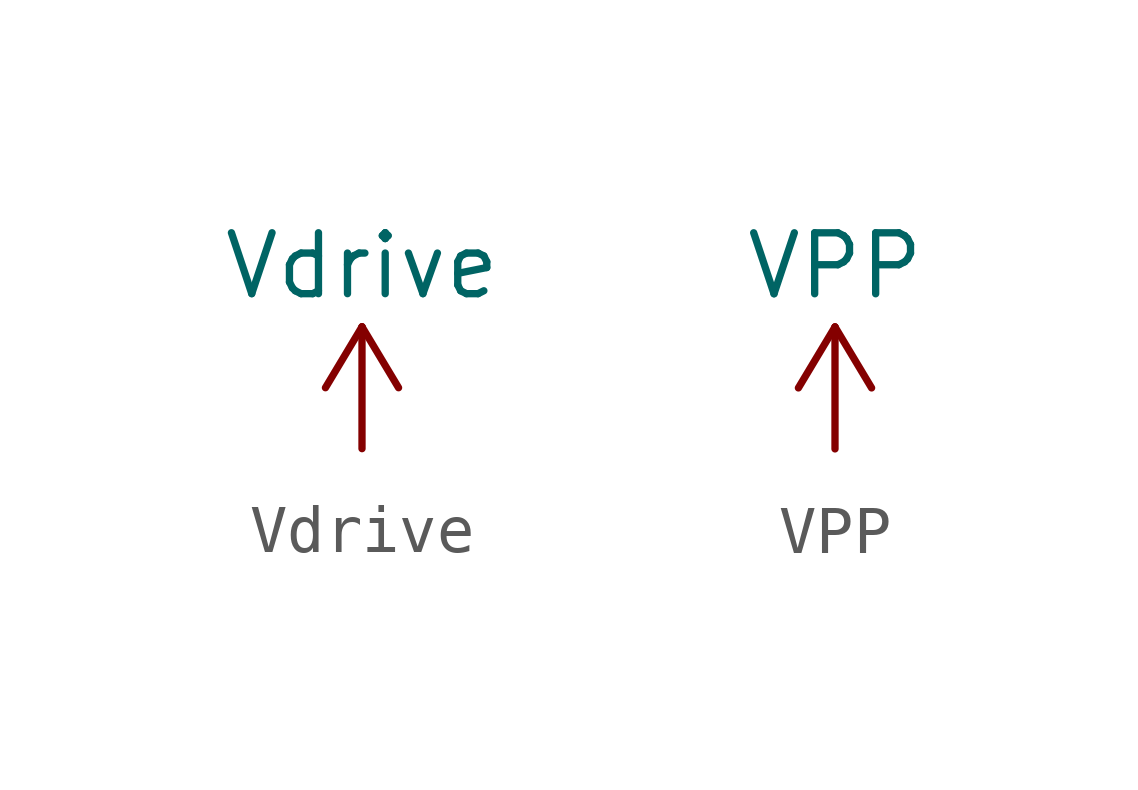
<source format=kicad_sym>
(kicad_symbol_lib
  (version 20211014)
  (generator kicad_symbol_editor)
  (symbol "power1:Vdrive"
    (power)
    (pin_names
      (offset 0))
    (property "Reference" "#PWR"
      (at -5.08 -3.81 0)
      (effects (font (size 1.27 1.27)) hide))
    (property "Value" "Vdrive"
      (at 0 3.81 0)
      (effects (font (size 1.27 1.27))))
    (symbol "Vdrive_0_1"
      (polyline (pts (xy -0.762 1.27) (xy 0 2.54)) (stroke (width 0) (type default) (color 0 0 0 0)) (fill (type none)))
      (polyline (pts (xy 0 0) (xy 0 2.54)) (stroke (width 0) (type default) (color 0 0 0 0)) (fill (type none)))
      (polyline (pts (xy 0 2.54) (xy 0.762 1.27)) (stroke (width 0) (type default) (color 0 0 0 0)) (fill (type none))))
    (symbol "Vdrive_1_1"
      (pin power_in line (at 0 0 90) (length 0) hide (name "Vdrive" (effects (font (size 1.27 1.27)))) (number "1" (effects (font (size 1.27 1.27)))))))
  (symbol "power1:VPP"
    (power)
    (pin_names
      (offset 0))
    (property "Reference" "#PWR"
      (at 0 -3.81 0)
      (effects (font (size 1.27 1.27)) hide))
    (property "Value" "VPP"
      (at 0 3.81 0)
      (effects (font (size 1.27 1.27))))
    (symbol "VPP_0_1"
      (polyline (pts (xy -0.762 1.27) (xy 0 2.54)) (stroke (width 0) (type default) (color 0 0 0 0)) (fill (type none)))
      (polyline (pts (xy 0 0) (xy 0 2.54)) (stroke (width 0) (type default) (color 0 0 0 0)) (fill (type none)))
      (polyline (pts (xy 0 2.54) (xy 0.762 1.27)) (stroke (width 0) (type default) (color 0 0 0 0)) (fill (type none))))
    (symbol "VPP_1_1"
      (pin power_in line (at 0 0 90) (length 0) hide (name "VPP" (effects (font (size 1.27 1.27)))) (number "1" (effects (font (size 1.27 1.27))))))))
</source>
